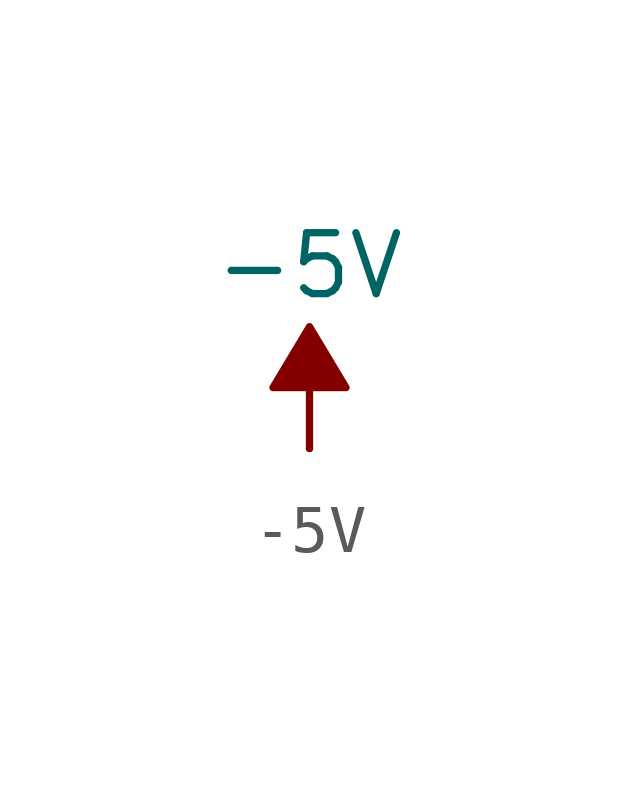
<source format=kicad_sym>
(kicad_symbol_lib
  (version 20231120)
  (generator "kicad_symbol_editor")
  (generator_version "8.0")
  (symbol "-5V"
    (power)
    (pin_numbers hide)
    (pin_names
      (offset 0) hide)
    (property "Reference" "#PWR"
      (at 0 2.54 0)
      (effects (font (size 1.27 1.27)) (hide yes)))
    (property "Value" "-5V"
      (at 0 3.81 0)
      (effects (font (size 1.27 1.27))))
    (symbol "-5V_0_0"
      (pin power_in line (at 0 0 90) (length 0) (name "~" (effects (font (size 1.27 1.27)))) (number "1" (effects (font (size 1.27 1.27))))))
    (symbol "-5V_0_1"
      (polyline (pts (xy 0 0) (xy 0 1.27) (xy 0.762 1.27) (xy 0 2.54) (xy -0.762 1.27) (xy 0 1.27)) (stroke (width 0) (type default)) (fill (type outline))))))
</source>
